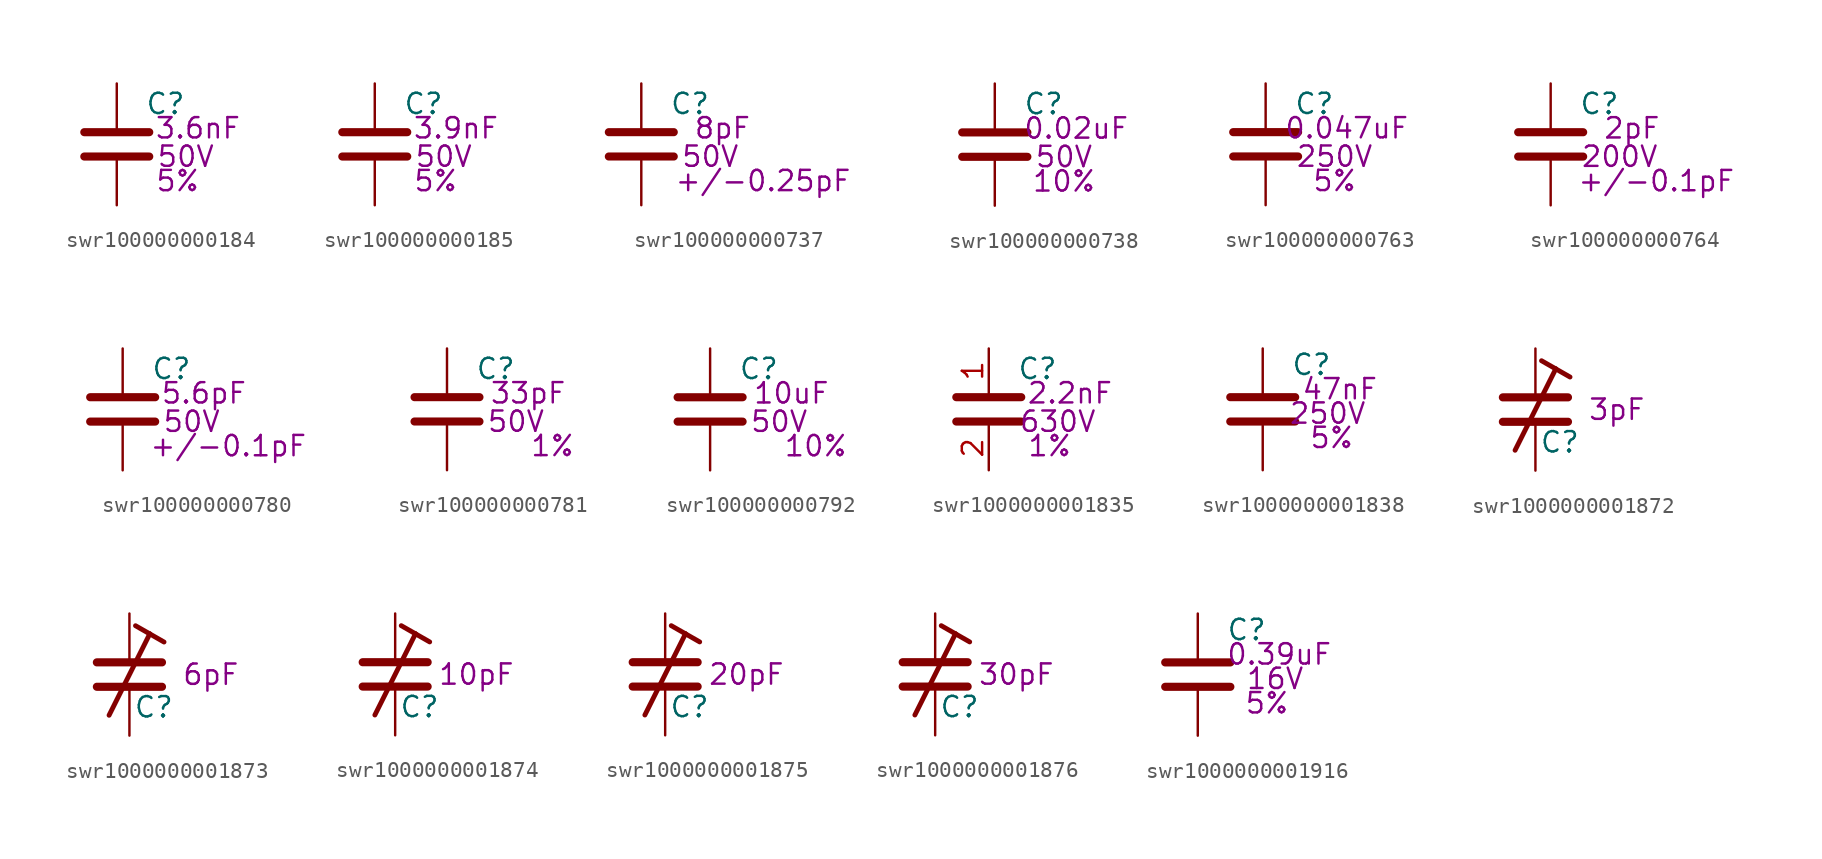
<source format=kicad_sym>
(kicad_symbol_lib
  (version 20220914)
  (generator kicad_symbol_editor)
  (symbol "swr100000000184"
    (pin_numbers hide)
    (pin_names
      (offset 1.016))
    (property "Reference" "C"
      (at 3.048 2.54 0)
      (effects (font (size 1.27 1.27))))
    (property "PartValue" "3.6nF"
      (at 5.08 1.016 0)
      (effects (font (size 1.27 1.27))))
    (property "Voltage" "50V"
      (at 4.318 -0.762 0)
      (effects (font (size 1.27 1.27))))
    (property "Tolerance" "5%"
      (at 3.81 -2.286 0)
      (effects (font (size 1.27 1.27))))
    (symbol "swr100000000184_1_1"
      (polyline (pts (xy -2.032 -0.762) (xy 2.032 -0.762)) (stroke (width 0.508) (type default)) (fill (type none)))
      (polyline (pts (xy -2.032 0.762) (xy 2.032 0.762)) (stroke (width 0.508) (type default)) (fill (type none)))
      (pin passive line (at 0 3.81 270) (length 2.794) (name "~" (effects (font (size 1.27 1.27)))) (number "1" (effects (font (size 1.27 1.27)))))
      (pin passive line (at 0 -3.81 90) (length 2.794) (name "~" (effects (font (size 1.27 1.27)))) (number "2" (effects (font (size 1.27 1.27)))))))
  (symbol "swr100000000185"
    (pin_numbers hide)
    (pin_names
      (offset 1.016))
    (property "Reference" "C"
      (at 3.048 2.54 0)
      (effects (font (size 1.27 1.27))))
    (property "PartValue" "3.9nF"
      (at 5.08 1.016 0)
      (effects (font (size 1.27 1.27))))
    (property "Voltage" "50V"
      (at 4.318 -0.762 0)
      (effects (font (size 1.27 1.27))))
    (property "Tolerance" "5%"
      (at 3.81 -2.286 0)
      (effects (font (size 1.27 1.27))))
    (symbol "swr100000000185_1_1"
      (polyline (pts (xy -2.032 -0.762) (xy 2.032 -0.762)) (stroke (width 0.508) (type default)) (fill (type none)))
      (polyline (pts (xy -2.032 0.762) (xy 2.032 0.762)) (stroke (width 0.508) (type default)) (fill (type none)))
      (pin passive line (at 0 3.81 270) (length 2.794) (name "~" (effects (font (size 1.27 1.27)))) (number "1" (effects (font (size 1.27 1.27)))))
      (pin passive line (at 0 -3.81 90) (length 2.794) (name "~" (effects (font (size 1.27 1.27)))) (number "2" (effects (font (size 1.27 1.27)))))))
  (symbol "swr100000000737"
    (pin_numbers hide)
    (pin_names
      (offset 1.016))
    (property "Reference" "C"
      (at 3.048 2.54 0)
      (effects (font (size 1.27 1.27))))
    (property "PartValue" "8pF"
      (at 5.08 1.016 0)
      (effects (font (size 1.27 1.27))))
    (property "Voltage" "50V"
      (at 4.318 -0.762 0)
      (effects (font (size 1.27 1.27))))
    (property "Tolerance" "+/-0.25pF"
      (at 7.62 -2.286 0)
      (effects (font (size 1.27 1.27))))
    (symbol "swr100000000737_1_1"
      (polyline (pts (xy -2.032 -0.762) (xy 2.032 -0.762)) (stroke (width 0.508) (type default)) (fill (type none)))
      (polyline (pts (xy -2.032 0.762) (xy 2.032 0.762)) (stroke (width 0.508) (type default)) (fill (type none)))
      (pin passive line (at 0 3.81 270) (length 2.794) (name "~" (effects (font (size 1.27 1.27)))) (number "1" (effects (font (size 1.27 1.27)))))
      (pin passive line (at 0 -3.81 90) (length 2.794) (name "~" (effects (font (size 1.27 1.27)))) (number "2" (effects (font (size 1.27 1.27)))))))
  (symbol "swr100000000738"
    (pin_numbers hide)
    (pin_names
      (offset 1.016))
    (property "Reference" "C"
      (at 3.048 2.54 0)
      (effects (font (size 1.27 1.27))))
    (property "PartValue" "0.02uF"
      (at 5.08 1.016 0)
      (effects (font (size 1.27 1.27))))
    (property "Voltage" "50V"
      (at 4.318 -0.762 0)
      (effects (font (size 1.27 1.27))))
    (property "Tolerance" "10%"
      (at 4.318 -2.286 0)
      (effects (font (size 1.27 1.27))))
    (symbol "swr100000000738_1_1"
      (polyline (pts (xy -2.032 -0.762) (xy 2.032 -0.762)) (stroke (width 0.508) (type default)) (fill (type none)))
      (polyline (pts (xy -2.032 0.762) (xy 2.032 0.762)) (stroke (width 0.508) (type default)) (fill (type none)))
      (pin passive line (at 0 3.81 270) (length 2.794) (name "~" (effects (font (size 1.27 1.27)))) (number "1" (effects (font (size 1.27 1.27)))))
      (pin passive line (at 0 -3.81 90) (length 2.794) (name "~" (effects (font (size 1.27 1.27)))) (number "2" (effects (font (size 1.27 1.27)))))))
  (symbol "swr100000000763"
    (pin_numbers hide)
    (pin_names
      (offset 1.016))
    (property "Reference" "C"
      (at 3.048 2.54 0)
      (effects (font (size 1.27 1.27))))
    (property "PartValue" "0.047uF"
      (at 5.08 1.016 0)
      (effects (font (size 1.27 1.27))))
    (property "Voltage" "250V"
      (at 4.318 -0.762 0)
      (effects (font (size 1.27 1.27))))
    (property "Tolerance" "5%"
      (at 4.318 -2.286 0)
      (effects (font (size 1.27 1.27))))
    (symbol "swr100000000763_1_1"
      (polyline (pts (xy -2.032 -0.762) (xy 2.032 -0.762)) (stroke (width 0.508) (type default)) (fill (type none)))
      (polyline (pts (xy -2.032 0.762) (xy 2.032 0.762)) (stroke (width 0.508) (type default)) (fill (type none)))
      (pin passive line (at 0 3.81 270) (length 2.794) (name "~" (effects (font (size 1.27 1.27)))) (number "1" (effects (font (size 1.27 1.27)))))
      (pin passive line (at 0 -3.81 90) (length 2.794) (name "~" (effects (font (size 1.27 1.27)))) (number "2" (effects (font (size 1.27 1.27)))))))
  (symbol "swr100000000764"
    (pin_numbers hide)
    (pin_names
      (offset 1.016))
    (property "Reference" "C"
      (at 3.048 2.54 0)
      (effects (font (size 1.27 1.27))))
    (property "PartValue" "2pF"
      (at 5.08 1.016 0)
      (effects (font (size 1.27 1.27))))
    (property "Voltage" "200V"
      (at 4.318 -0.762 0)
      (effects (font (size 1.27 1.27))))
    (property "Tolerance" "+/-0.1pF"
      (at 6.604 -2.286 0)
      (effects (font (size 1.27 1.27))))
    (symbol "swr100000000764_1_1"
      (polyline (pts (xy -2.032 -0.762) (xy 2.032 -0.762)) (stroke (width 0.508) (type default)) (fill (type none)))
      (polyline (pts (xy -2.032 0.762) (xy 2.032 0.762)) (stroke (width 0.508) (type default)) (fill (type none)))
      (pin passive line (at 0 3.81 270) (length 2.794) (name "~" (effects (font (size 1.27 1.27)))) (number "1" (effects (font (size 1.27 1.27)))))
      (pin passive line (at 0 -3.81 90) (length 2.794) (name "~" (effects (font (size 1.27 1.27)))) (number "2" (effects (font (size 1.27 1.27)))))))
  (symbol "swr100000000780"
    (pin_numbers hide)
    (pin_names
      (offset 1.016))
    (property "Reference" "C"
      (at 3.048 2.54 0)
      (effects (font (size 1.27 1.27))))
    (property "PartValue" "5.6pF"
      (at 5.08 1.016 0)
      (effects (font (size 1.27 1.27))))
    (property "Voltage" "50V"
      (at 4.318 -0.762 0)
      (effects (font (size 1.27 1.27))))
    (property "Tolerance" "+/-0.1pF"
      (at 6.604 -2.286 0)
      (effects (font (size 1.27 1.27))))
    (symbol "swr100000000780_1_1"
      (polyline (pts (xy -2.032 -0.762) (xy 2.032 -0.762)) (stroke (width 0.508) (type default)) (fill (type none)))
      (polyline (pts (xy -2.032 0.762) (xy 2.032 0.762)) (stroke (width 0.508) (type default)) (fill (type none)))
      (pin passive line (at 0 3.81 270) (length 2.794) (name "~" (effects (font (size 1.27 1.27)))) (number "1" (effects (font (size 1.27 1.27)))))
      (pin passive line (at 0 -3.81 90) (length 2.794) (name "~" (effects (font (size 1.27 1.27)))) (number "2" (effects (font (size 1.27 1.27)))))))
  (symbol "swr100000000781"
    (pin_numbers hide)
    (pin_names
      (offset 1.016))
    (property "Reference" "C"
      (at 3.048 2.54 0)
      (effects (font (size 1.27 1.27))))
    (property "PartValue" "33pF"
      (at 5.08 1.016 0)
      (effects (font (size 1.27 1.27))))
    (property "Voltage" "50V"
      (at 4.318 -0.762 0)
      (effects (font (size 1.27 1.27))))
    (property "Tolerance" "1%"
      (at 6.604 -2.286 0)
      (effects (font (size 1.27 1.27))))
    (symbol "swr100000000781_1_1"
      (polyline (pts (xy -2.032 -0.762) (xy 2.032 -0.762)) (stroke (width 0.508) (type default)) (fill (type none)))
      (polyline (pts (xy -2.032 0.762) (xy 2.032 0.762)) (stroke (width 0.508) (type default)) (fill (type none)))
      (pin passive line (at 0 3.81 270) (length 2.794) (name "~" (effects (font (size 1.27 1.27)))) (number "1" (effects (font (size 1.27 1.27)))))
      (pin passive line (at 0 -3.81 90) (length 2.794) (name "~" (effects (font (size 1.27 1.27)))) (number "2" (effects (font (size 1.27 1.27)))))))
  (symbol "swr100000000792"
    (pin_numbers hide)
    (pin_names
      (offset 1.016))
    (property "Reference" "C"
      (at 3.048 2.54 0)
      (effects (font (size 1.27 1.27))))
    (property "PartValue" "10uF"
      (at 5.08 1.016 0)
      (effects (font (size 1.27 1.27))))
    (property "Voltage" "50V"
      (at 4.318 -0.762 0)
      (effects (font (size 1.27 1.27))))
    (property "Tolerance" "10%"
      (at 6.604 -2.286 0)
      (effects (font (size 1.27 1.27))))
    (symbol "swr100000000792_1_1"
      (polyline (pts (xy -2.032 -0.762) (xy 2.032 -0.762)) (stroke (width 0.508) (type default)) (fill (type none)))
      (polyline (pts (xy -2.032 0.762) (xy 2.032 0.762)) (stroke (width 0.508) (type default)) (fill (type none)))
      (pin passive line (at 0 3.81 270) (length 2.794) (name "~" (effects (font (size 1.27 1.27)))) (number "1" (effects (font (size 1.27 1.27)))))
      (pin passive line (at 0 -3.81 90) (length 2.794) (name "~" (effects (font (size 1.27 1.27)))) (number "2" (effects (font (size 1.27 1.27)))))))
  (symbol "swr1000000001835"
    (pin_names
      (offset 1.016))
    (property "Reference" "C"
      (at 3.048 2.54 0)
      (effects (font (size 1.27 1.27))))
    (property "PartValue" "2.2nF"
      (at 5.08 1.016 0)
      (effects (font (size 1.27 1.27))))
    (property "Voltage" "630V"
      (at 4.318 -0.762 0)
      (effects (font (size 1.27 1.27))))
    (property "Tolerance" "1%"
      (at 3.81 -2.286 0)
      (effects (font (size 1.27 1.27))))
    (symbol "swr1000000001835_1_1"
      (polyline (pts (xy -2.032 -0.762) (xy 2.032 -0.762)) (stroke (width 0.508) (type default)) (fill (type none)))
      (polyline (pts (xy -2.032 0.762) (xy 2.032 0.762)) (stroke (width 0.508) (type default)) (fill (type none)))
      (pin passive line (at 0 3.81 270) (length 2.794) (name "~" (effects (font (size 1.27 1.27)))) (number "1" (effects (font (size 1.27 1.27)))))
      (pin passive line (at 0 -3.81 90) (length 2.794) (name "~" (effects (font (size 1.27 1.27)))) (number "2" (effects (font (size 1.27 1.27)))))))
  (symbol "swr1000000001838"
    (pin_numbers hide)
    (pin_names
      (offset 1.016))
    (property "Reference" "C"
      (at 3.048 2.794 0)
      (effects (font (size 1.27 1.27))))
    (property "PartValue" "47nF"
      (at 4.826 1.27 0)
      (effects (font (size 1.27 1.27))))
    (property "Tolerance" "5%"
      (at 4.318 -1.778 0)
      (effects (font (size 1.27 1.27))))
    (property "Voltage" "250V"
      (at 4.064 -0.254 0)
      (effects (font (size 1.27 1.27))))
    (symbol "swr1000000001838_1_1"
      (polyline (pts (xy -2.032 -0.762) (xy 2.032 -0.762)) (stroke (width 0.508) (type default)) (fill (type none)))
      (polyline (pts (xy -2.032 0.762) (xy 2.032 0.762)) (stroke (width 0.508) (type default)) (fill (type none)))
      (pin passive line (at 0 3.81 270) (length 2.794) (name "~" (effects (font (size 1.27 1.27)))) (number "1" (effects (font (size 1.27 1.27)))))
      (pin passive line (at 0 -3.81 90) (length 2.794) (name "~" (effects (font (size 1.27 1.27)))) (number "2" (effects (font (size 1.27 1.27)))))))
  (symbol "swr1000000001872"
    (pin_numbers hide)
    (pin_names
      (offset 0.254) hide)
    (property "Reference" "C"
      (at 1.524 -2.032 0)
      (effects (font (size 1.27 1.27))))
    (property "PartValue" "3pF"
      (at 5.08 0 0)
      (effects (font (size 1.27 1.27))))
    (symbol "swr1000000001872_0_1"
      (polyline (pts (xy -2.032 -0.762) (xy 2.032 -0.762)) (stroke (width 0.508) (type default)) (fill (type none)))
      (polyline (pts (xy -2.032 0.762) (xy 2.032 0.762)) (stroke (width 0.508) (type default)) (fill (type none)))
      (polyline (pts (xy 1.27 2.54) (xy -1.27 -2.54)) (stroke (width 0.305) (type default)) (fill (type none)))
      (polyline (pts (xy 1.27 2.54) (xy 0.381 3.048)) (stroke (width 0.305) (type default)) (fill (type none)))
      (polyline (pts (xy 1.27 2.54) (xy 2.159 2.032)) (stroke (width 0.305) (type default)) (fill (type none))))
    (symbol "swr1000000001872_1_1"
      (pin passive line (at 0 3.81 270) (length 3.048) (name "~" (effects (font (size 1.27 1.27)))) (number "1" (effects (font (size 1.27 1.27)))))
      (pin passive line (at 0 -3.81 90) (length 3.048) (name "~" (effects (font (size 1.27 1.27)))) (number "2" (effects (font (size 1.27 1.27)))))))
  (symbol "swr1000000001873"
    (pin_numbers hide)
    (pin_names
      (offset 0.254) hide)
    (property "Reference" "C"
      (at 1.524 -2.032 0)
      (effects (font (size 1.27 1.27))))
    (property "PartValue" "6pF"
      (at 5.08 0 0)
      (effects (font (size 1.27 1.27))))
    (symbol "swr1000000001873_0_1"
      (polyline (pts (xy -2.032 -0.762) (xy 2.032 -0.762)) (stroke (width 0.508) (type default)) (fill (type none)))
      (polyline (pts (xy -2.032 0.762) (xy 2.032 0.762)) (stroke (width 0.508) (type default)) (fill (type none)))
      (polyline (pts (xy 1.27 2.54) (xy -1.27 -2.54)) (stroke (width 0.305) (type default)) (fill (type none)))
      (polyline (pts (xy 1.27 2.54) (xy 0.381 3.048)) (stroke (width 0.305) (type default)) (fill (type none)))
      (polyline (pts (xy 1.27 2.54) (xy 2.159 2.032)) (stroke (width 0.305) (type default)) (fill (type none))))
    (symbol "swr1000000001873_1_1"
      (pin passive line (at 0 3.81 270) (length 3.048) (name "~" (effects (font (size 1.27 1.27)))) (number "1" (effects (font (size 1.27 1.27)))))
      (pin passive line (at 0 -3.81 90) (length 3.048) (name "~" (effects (font (size 1.27 1.27)))) (number "2" (effects (font (size 1.27 1.27)))))))
  (symbol "swr1000000001874"
    (pin_numbers hide)
    (pin_names
      (offset 0.254) hide)
    (property "Reference" "C"
      (at 1.524 -2.032 0)
      (effects (font (size 1.27 1.27))))
    (property "PartValue" "10pF"
      (at 5.08 0 0)
      (effects (font (size 1.27 1.27))))
    (symbol "swr1000000001874_0_1"
      (polyline (pts (xy -2.032 -0.762) (xy 2.032 -0.762)) (stroke (width 0.508) (type default)) (fill (type none)))
      (polyline (pts (xy -2.032 0.762) (xy 2.032 0.762)) (stroke (width 0.508) (type default)) (fill (type none)))
      (polyline (pts (xy 1.27 2.54) (xy -1.27 -2.54)) (stroke (width 0.305) (type default)) (fill (type none)))
      (polyline (pts (xy 1.27 2.54) (xy 0.381 3.048)) (stroke (width 0.305) (type default)) (fill (type none)))
      (polyline (pts (xy 1.27 2.54) (xy 2.159 2.032)) (stroke (width 0.305) (type default)) (fill (type none))))
    (symbol "swr1000000001874_1_1"
      (pin passive line (at 0 3.81 270) (length 3.048) (name "~" (effects (font (size 1.27 1.27)))) (number "1" (effects (font (size 1.27 1.27)))))
      (pin passive line (at 0 -3.81 90) (length 3.048) (name "~" (effects (font (size 1.27 1.27)))) (number "2" (effects (font (size 1.27 1.27)))))))
  (symbol "swr1000000001875"
    (pin_numbers hide)
    (pin_names
      (offset 0.254) hide)
    (property "Reference" "C"
      (at 1.524 -2.032 0)
      (effects (font (size 1.27 1.27))))
    (property "PartValue" "20pF"
      (at 5.08 0 0)
      (effects (font (size 1.27 1.27))))
    (symbol "swr1000000001875_0_1"
      (polyline (pts (xy -2.032 -0.762) (xy 2.032 -0.762)) (stroke (width 0.508) (type default)) (fill (type none)))
      (polyline (pts (xy -2.032 0.762) (xy 2.032 0.762)) (stroke (width 0.508) (type default)) (fill (type none)))
      (polyline (pts (xy 1.27 2.54) (xy -1.27 -2.54)) (stroke (width 0.305) (type default)) (fill (type none)))
      (polyline (pts (xy 1.27 2.54) (xy 0.381 3.048)) (stroke (width 0.305) (type default)) (fill (type none)))
      (polyline (pts (xy 1.27 2.54) (xy 2.159 2.032)) (stroke (width 0.305) (type default)) (fill (type none))))
    (symbol "swr1000000001875_1_1"
      (pin passive line (at 0 3.81 270) (length 3.048) (name "~" (effects (font (size 1.27 1.27)))) (number "1" (effects (font (size 1.27 1.27)))))
      (pin passive line (at 0 -3.81 90) (length 3.048) (name "~" (effects (font (size 1.27 1.27)))) (number "2" (effects (font (size 1.27 1.27)))))))
  (symbol "swr1000000001876"
    (pin_numbers hide)
    (pin_names
      (offset 0.254) hide)
    (property "Reference" "C"
      (at 1.524 -2.032 0)
      (effects (font (size 1.27 1.27))))
    (property "PartValue" "30pF"
      (at 5.08 0 0)
      (effects (font (size 1.27 1.27))))
    (symbol "swr1000000001876_0_1"
      (polyline (pts (xy -2.032 -0.762) (xy 2.032 -0.762)) (stroke (width 0.508) (type default)) (fill (type none)))
      (polyline (pts (xy -2.032 0.762) (xy 2.032 0.762)) (stroke (width 0.508) (type default)) (fill (type none)))
      (polyline (pts (xy 1.27 2.54) (xy -1.27 -2.54)) (stroke (width 0.305) (type default)) (fill (type none)))
      (polyline (pts (xy 1.27 2.54) (xy 0.381 3.048)) (stroke (width 0.305) (type default)) (fill (type none)))
      (polyline (pts (xy 1.27 2.54) (xy 2.159 2.032)) (stroke (width 0.305) (type default)) (fill (type none))))
    (symbol "swr1000000001876_1_1"
      (pin passive line (at 0 3.81 270) (length 3.048) (name "~" (effects (font (size 1.27 1.27)))) (number "1" (effects (font (size 1.27 1.27)))))
      (pin passive line (at 0 -3.81 90) (length 3.048) (name "~" (effects (font (size 1.27 1.27)))) (number "2" (effects (font (size 1.27 1.27)))))))
  (symbol "swr1000000001916"
    (pin_numbers hide)
    (pin_names
      (offset 1.016))
    (property "Reference" "C"
      (at 3.048 2.794 0)
      (effects (font (size 1.27 1.27))))
    (property "Voltage" "16V"
      (at 4.826 -0.254 0)
      (effects (font (size 1.27 1.27))))
    (property "Tolerance" "5%"
      (at 4.318 -1.778 0)
      (effects (font (size 1.27 1.27))))
    (property "PartValue" "0.39uF"
      (at 5.08 1.27 0)
      (effects (font (size 1.27 1.27))))
    (symbol "swr1000000001916_1_1"
      (polyline (pts (xy -2.032 -0.762) (xy 2.032 -0.762)) (stroke (width 0.508) (type default)) (fill (type none)))
      (polyline (pts (xy -2.032 0.762) (xy 2.032 0.762)) (stroke (width 0.508) (type default)) (fill (type none)))
      (pin passive line (at 0 3.81 270) (length 2.794) (name "~" (effects (font (size 1.27 1.27)))) (number "1" (effects (font (size 1.27 1.27)))))
      (pin passive line (at 0 -3.81 90) (length 2.794) (name "~" (effects (font (size 1.27 1.27)))) (number "2" (effects (font (size 1.27 1.27))))))))
</source>
